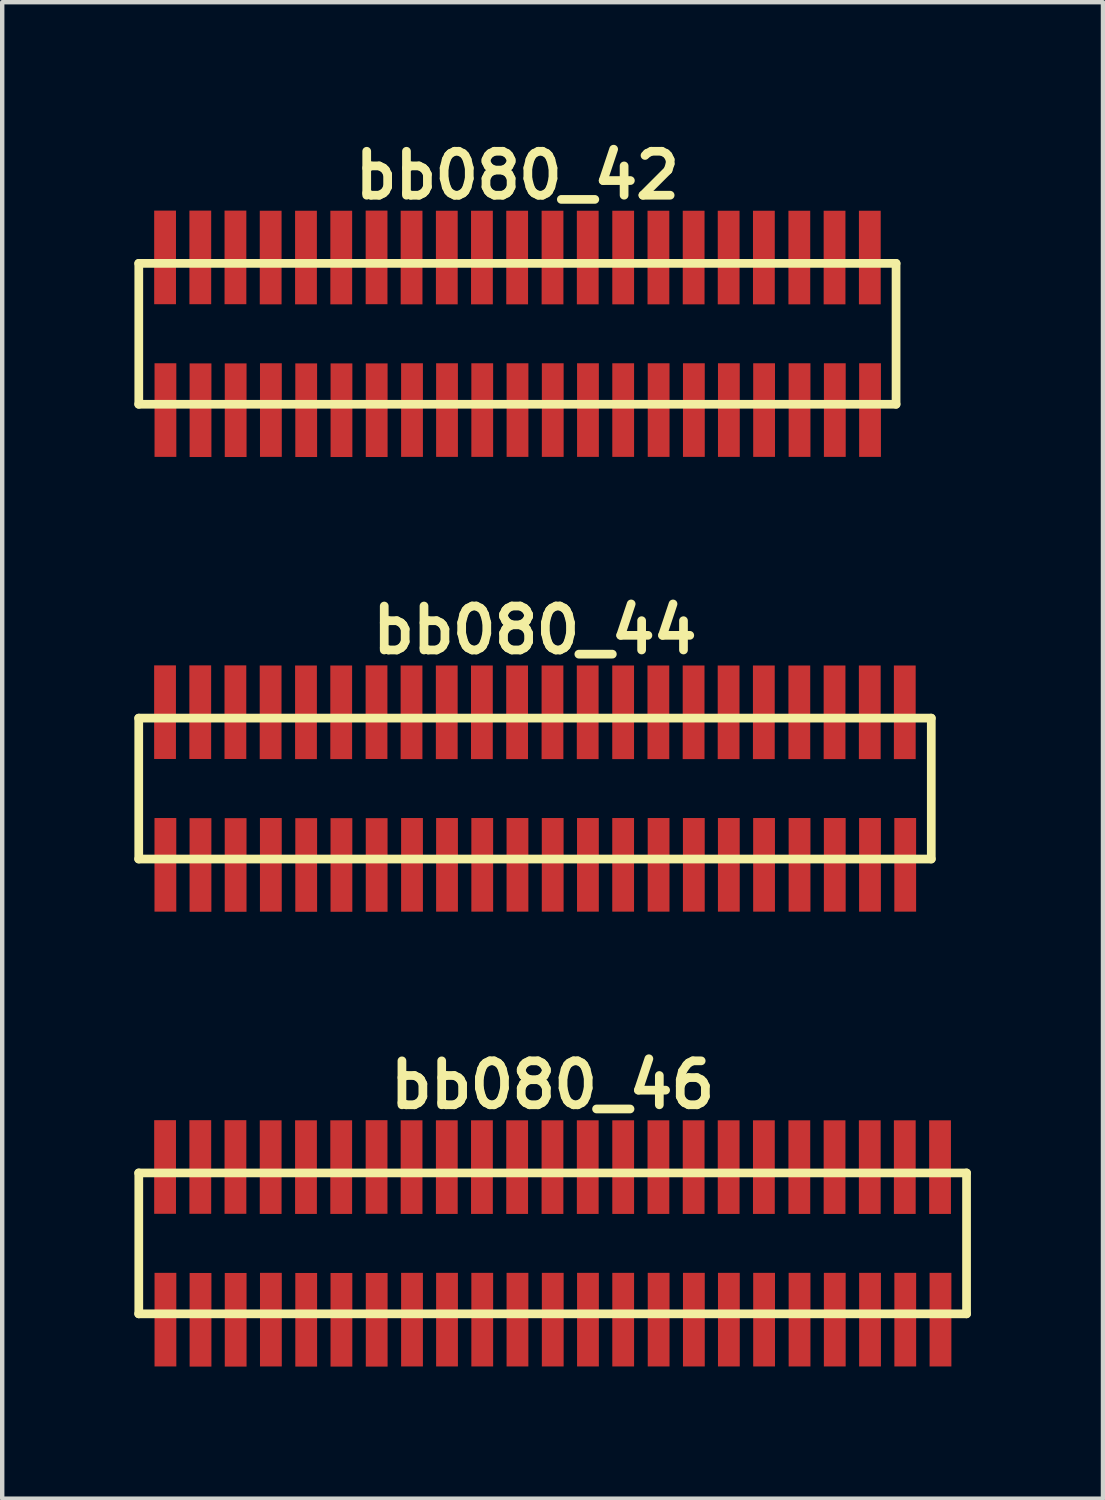
<source format=kicad_pcb>
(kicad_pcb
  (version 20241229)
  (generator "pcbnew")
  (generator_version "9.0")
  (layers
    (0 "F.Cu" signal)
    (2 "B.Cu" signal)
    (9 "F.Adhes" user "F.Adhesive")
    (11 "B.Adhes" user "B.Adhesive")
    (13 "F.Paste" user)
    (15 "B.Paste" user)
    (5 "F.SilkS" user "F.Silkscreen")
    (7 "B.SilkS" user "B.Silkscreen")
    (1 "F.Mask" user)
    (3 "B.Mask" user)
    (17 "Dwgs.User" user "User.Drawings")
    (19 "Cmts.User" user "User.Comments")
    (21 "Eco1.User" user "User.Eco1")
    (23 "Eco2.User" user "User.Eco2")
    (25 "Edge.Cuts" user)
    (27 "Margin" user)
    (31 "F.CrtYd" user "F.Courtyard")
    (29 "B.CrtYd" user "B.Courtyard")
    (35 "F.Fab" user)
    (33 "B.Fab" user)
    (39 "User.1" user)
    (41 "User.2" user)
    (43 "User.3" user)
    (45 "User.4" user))
  (footprint "bb080_46"
    (layer "F.Cu")
    (at 9.5 25.188)
    (property "Reference" "bb080_46" (at 0 -3.599 0) (layer "F.SilkS") (effects (font (size 0.998 0.998) (thickness 0.198))))
    (attr smd)
    (fp_line (start -9.401 1.6) (end 9.401 1.6) (stroke (width 0.198) (type solid)) (layer "F.SilkS"))
    (fp_line (start -9.398 -1.6) (end -9.398 1.6) (stroke (width 0.198) (type solid)) (layer "F.SilkS"))
    (fp_line (start 9.401 -1.6) (end -9.401 -1.6) (stroke (width 0.198) (type solid)) (layer "F.SilkS"))
    (fp_line (start 9.401 1.6) (end 9.401 -1.6) (stroke (width 0.198) (type solid)) (layer "F.SilkS"))
    (pad "1" smd rect (at -8.793 1.732) (size 0.495 2.126) (layers "F.Cu" "F.Mask" "F.Paste"))
    (pad "2" smd rect (at -8.801 -1.735) (size 0.495 2.126) (layers "F.Cu" "F.Mask" "F.Paste"))
    (pad "3" smd rect (at -7.996 1.735) (size 0.495 2.126) (layers "F.Cu" "F.Mask" "F.Paste"))
    (pad "4" smd rect (at -8.001 -1.735) (size 0.495 2.126) (layers "F.Cu" "F.Mask" "F.Paste"))
    (pad "5" smd rect (at -7.198 1.735) (size 0.495 2.126) (layers "F.Cu" "F.Mask" "F.Paste"))
    (pad "6" smd rect (at -7.203 -1.735) (size 0.495 2.126) (layers "F.Cu" "F.Mask" "F.Paste"))
    (pad "7" smd rect (at -6.398 1.732) (size 0.495 2.126) (layers "F.Cu" "F.Mask" "F.Paste"))
    (pad "8" smd rect (at -6.403 -1.732) (size 0.495 2.126) (layers "F.Cu" "F.Mask" "F.Paste"))
    (pad "9" smd rect (at -5.596 1.735) (size 0.495 2.126) (layers "F.Cu" "F.Mask" "F.Paste"))
    (pad "10" smd rect (at -5.601 -1.732) (size 0.495 2.126) (layers "F.Cu" "F.Mask" "F.Paste"))
    (pad "11" smd rect (at -4.796 1.735) (size 0.495 2.126) (layers "F.Cu" "F.Mask" "F.Paste"))
    (pad "12" smd rect (at -4.801 -1.732) (size 0.495 2.126) (layers "F.Cu" "F.Mask" "F.Paste"))
    (pad "13" smd rect (at -3.995 1.735) (size 0.495 2.126) (layers "F.Cu" "F.Mask" "F.Paste"))
    (pad "14" smd rect (at -3.998 -1.735) (size 0.495 2.126) (layers "F.Cu" "F.Mask" "F.Paste"))
    (pad "15" smd rect (at -3.193 1.732) (size 0.495 2.126) (layers "F.Cu" "F.Mask" "F.Paste"))
    (pad "16" smd rect (at -3.203 -1.732) (size 0.495 2.126) (layers "F.Cu" "F.Mask" "F.Paste"))
    (pad "17" smd rect (at -2.398 1.732) (size 0.495 2.126) (layers "F.Cu" "F.Mask" "F.Paste"))
    (pad "18" smd rect (at -2.403 -1.732) (size 0.495 2.126) (layers "F.Cu" "F.Mask" "F.Paste"))
    (pad "19" smd rect (at -1.598 1.732) (size 0.495 2.126) (layers "F.Cu" "F.Mask" "F.Paste"))
    (pad "20" smd rect (at -1.605 -1.732) (size 0.495 2.126) (layers "F.Cu" "F.Mask" "F.Paste"))
    (pad "21" smd rect (at -0.798 1.732) (size 0.495 2.126) (layers "F.Cu" "F.Mask" "F.Paste"))
    (pad "22" smd rect (at -0.805 -1.732) (size 0.495 2.126) (layers "F.Cu" "F.Mask" "F.Paste"))
    (pad "23" smd rect (at 0.003 1.732) (size 0.495 2.126) (layers "F.Cu" "F.Mask" "F.Paste"))
    (pad "24" smd rect (at -0.003 -1.732) (size 0.495 2.126) (layers "F.Cu" "F.Mask" "F.Paste"))
    (pad "25" smd rect (at 0.803 1.732) (size 0.495 2.126) (layers "F.Cu" "F.Mask" "F.Paste"))
    (pad "26" smd rect (at 0.798 -1.732) (size 0.495 2.126) (layers "F.Cu" "F.Mask" "F.Paste"))
    (pad "27" smd rect (at 1.603 1.732) (size 0.495 2.126) (layers "F.Cu" "F.Mask" "F.Paste"))
    (pad "28" smd rect (at 1.603 -1.732) (size 0.495 2.126) (layers "F.Cu" "F.Mask" "F.Paste"))
    (pad "29" smd rect (at 2.408 1.732) (size 0.495 2.126) (layers "F.Cu" "F.Mask" "F.Paste"))
    (pad "30" smd rect (at 2.403 -1.732) (size 0.495 2.126) (layers "F.Cu" "F.Mask" "F.Paste"))
    (pad "31" smd rect (at 3.208 1.732) (size 0.495 2.126) (layers "F.Cu" "F.Mask" "F.Paste"))
    (pad "32" smd rect (at 3.203 -1.732) (size 0.495 2.126) (layers "F.Cu" "F.Mask" "F.Paste"))
    (pad "33" smd rect (at 4.003 1.732) (size 0.495 2.126) (layers "F.Cu" "F.Mask" "F.Paste"))
    (pad "34" smd rect (at 3.998 -1.732) (size 0.495 2.126) (layers "F.Cu" "F.Mask" "F.Paste"))
    (pad "35" smd rect (at 4.803 1.732) (size 0.495 2.126) (layers "F.Cu" "F.Mask" "F.Paste"))
    (pad "36" smd rect (at 4.798 -1.732) (size 0.495 2.126) (layers "F.Cu" "F.Mask" "F.Paste"))
    (pad "37" smd rect (at 5.608 1.732) (size 0.495 2.126) (layers "F.Cu" "F.Mask" "F.Paste"))
    (pad "38" smd rect (at 5.603 -1.732) (size 0.495 2.126) (layers "F.Cu" "F.Mask" "F.Paste"))
    (pad "39" smd rect (at 6.408 1.732) (size 0.495 2.126) (layers "F.Cu" "F.Mask" "F.Paste"))
    (pad "40" smd rect (at 6.403 -1.732) (size 0.495 2.126) (layers "F.Cu" "F.Mask" "F.Paste"))
    (pad "41" smd rect (at 7.209 1.732) (size 0.495 2.126) (layers "F.Cu" "F.Mask" "F.Paste"))
    (pad "42" smd rect (at 7.203 -1.732) (size 0.495 2.126) (layers "F.Cu" "F.Mask" "F.Paste"))
    (pad "43" smd rect (at 8.009 1.732) (size 0.495 2.126) (layers "F.Cu" "F.Mask" "F.Paste"))
    (pad "44" smd rect (at 7.998 -1.732) (size 0.495 2.126) (layers "F.Cu" "F.Mask" "F.Paste"))
    (pad "45" smd rect (at 8.809 1.732) (size 0.495 2.126) (layers "F.Cu" "F.Mask" "F.Paste"))
    (pad "46" smd rect (at 8.799 -1.732) (size 0.495 2.126) (layers "F.Cu" "F.Mask" "F.Paste")))
  (footprint "bb080_42"
    (layer "F.Cu")
    (at 8.7 4.531)
    (property "Reference" "bb080_42" (at 0 -3.599 0) (layer "F.SilkS") (effects (font (size 0.998 0.998) (thickness 0.198))))
    (attr smd)
    (fp_line (start -8.6 -1.6) (end 8.6 -1.6) (stroke (width 0.198) (type solid)) (layer "F.SilkS"))
    (fp_line (start -8.598 -1.6) (end -8.598 1.6) (stroke (width 0.198) (type solid)) (layer "F.SilkS"))
    (fp_line (start 8.6 1.6) (end -8.6 1.6) (stroke (width 0.198) (type solid)) (layer "F.SilkS"))
    (fp_line (start 8.6 1.6) (end 8.6 -1.6) (stroke (width 0.198) (type solid)) (layer "F.SilkS"))
    (pad "1" smd rect (at -7.993 1.732) (size 0.495 2.126) (layers "F.Cu" "F.Mask" "F.Paste"))
    (pad "2" smd rect (at -8.001 -1.735) (size 0.495 2.126) (layers "F.Cu" "F.Mask" "F.Paste"))
    (pad "3" smd rect (at -7.196 1.735) (size 0.495 2.126) (layers "F.Cu" "F.Mask" "F.Paste"))
    (pad "4" smd rect (at -7.201 -1.735) (size 0.495 2.126) (layers "F.Cu" "F.Mask" "F.Paste"))
    (pad "5" smd rect (at -6.398 1.735) (size 0.495 2.126) (layers "F.Cu" "F.Mask" "F.Paste"))
    (pad "6" smd rect (at -6.403 -1.735) (size 0.495 2.126) (layers "F.Cu" "F.Mask" "F.Paste"))
    (pad "7" smd rect (at -5.598 1.732) (size 0.495 2.126) (layers "F.Cu" "F.Mask" "F.Paste"))
    (pad "8" smd rect (at -5.603 -1.732) (size 0.495 2.126) (layers "F.Cu" "F.Mask" "F.Paste"))
    (pad "9" smd rect (at -4.796 1.735) (size 0.495 2.126) (layers "F.Cu" "F.Mask" "F.Paste"))
    (pad "10" smd rect (at -4.801 -1.732) (size 0.495 2.126) (layers "F.Cu" "F.Mask" "F.Paste"))
    (pad "11" smd rect (at -3.995 1.735) (size 0.495 2.126) (layers "F.Cu" "F.Mask" "F.Paste"))
    (pad "12" smd rect (at -4 -1.732) (size 0.495 2.126) (layers "F.Cu" "F.Mask" "F.Paste"))
    (pad "13" smd rect (at -3.195 1.735) (size 0.495 2.126) (layers "F.Cu" "F.Mask" "F.Paste"))
    (pad "14" smd rect (at -3.198 -1.735) (size 0.495 2.126) (layers "F.Cu" "F.Mask" "F.Paste"))
    (pad "15" smd rect (at -2.393 1.732) (size 0.495 2.126) (layers "F.Cu" "F.Mask" "F.Paste"))
    (pad "16" smd rect (at -2.403 -1.732) (size 0.495 2.126) (layers "F.Cu" "F.Mask" "F.Paste"))
    (pad "17" smd rect (at -1.598 1.732) (size 0.495 2.126) (layers "F.Cu" "F.Mask" "F.Paste"))
    (pad "18" smd rect (at -1.603 -1.732) (size 0.495 2.126) (layers "F.Cu" "F.Mask" "F.Paste"))
    (pad "19" smd rect (at -0.798 1.732) (size 0.495 2.126) (layers "F.Cu" "F.Mask" "F.Paste"))
    (pad "20" smd rect (at -0.805 -1.732) (size 0.495 2.126) (layers "F.Cu" "F.Mask" "F.Paste"))
    (pad "21" smd rect (at 0.003 1.732) (size 0.495 2.126) (layers "F.Cu" "F.Mask" "F.Paste"))
    (pad "22" smd rect (at -0.005 -1.732) (size 0.495 2.126) (layers "F.Cu" "F.Mask" "F.Paste"))
    (pad "23" smd rect (at 0.803 1.732) (size 0.495 2.126) (layers "F.Cu" "F.Mask" "F.Paste"))
    (pad "24" smd rect (at 0.798 -1.732) (size 0.495 2.126) (layers "F.Cu" "F.Mask" "F.Paste"))
    (pad "25" smd rect (at 1.603 1.732) (size 0.495 2.126) (layers "F.Cu" "F.Mask" "F.Paste"))
    (pad "26" smd rect (at 1.598 -1.732) (size 0.495 2.126) (layers "F.Cu" "F.Mask" "F.Paste"))
    (pad "27" smd rect (at 2.403 1.732) (size 0.495 2.126) (layers "F.Cu" "F.Mask" "F.Paste"))
    (pad "28" smd rect (at 2.403 -1.732) (size 0.495 2.126) (layers "F.Cu" "F.Mask" "F.Paste"))
    (pad "29" smd rect (at 3.208 1.732) (size 0.495 2.126) (layers "F.Cu" "F.Mask" "F.Paste"))
    (pad "30" smd rect (at 3.203 -1.732) (size 0.495 2.126) (layers "F.Cu" "F.Mask" "F.Paste"))
    (pad "31" smd rect (at 4.008 1.732) (size 0.495 2.126) (layers "F.Cu" "F.Mask" "F.Paste"))
    (pad "32" smd rect (at 4.003 -1.732) (size 0.495 2.126) (layers "F.Cu" "F.Mask" "F.Paste"))
    (pad "33" smd rect (at 4.803 1.732) (size 0.495 2.126) (layers "F.Cu" "F.Mask" "F.Paste"))
    (pad "34" smd rect (at 4.798 -1.732) (size 0.495 2.126) (layers "F.Cu" "F.Mask" "F.Paste"))
    (pad "35" smd rect (at 5.603 1.732) (size 0.495 2.126) (layers "F.Cu" "F.Mask" "F.Paste"))
    (pad "36" smd rect (at 5.598 -1.732) (size 0.495 2.126) (layers "F.Cu" "F.Mask" "F.Paste"))
    (pad "37" smd rect (at 6.408 1.732) (size 0.495 2.126) (layers "F.Cu" "F.Mask" "F.Paste"))
    (pad "38" smd rect (at 6.403 -1.732) (size 0.495 2.126) (layers "F.Cu" "F.Mask" "F.Paste"))
    (pad "39" smd rect (at 7.209 1.732) (size 0.495 2.126) (layers "F.Cu" "F.Mask" "F.Paste"))
    (pad "40" smd rect (at 7.203 -1.732) (size 0.495 2.126) (layers "F.Cu" "F.Mask" "F.Paste"))
    (pad "41" smd rect (at 8.009 1.732) (size 0.495 2.126) (layers "F.Cu" "F.Mask" "F.Paste"))
    (pad "42" smd rect (at 8.004 -1.732) (size 0.495 2.126) (layers "F.Cu" "F.Mask" "F.Paste")))
  (footprint "bb080_44"
    (layer "F.Cu")
    (at 9.098 14.859)
    (property "Reference" "bb080_44" (at 0 -3.599 0) (layer "F.SilkS") (effects (font (size 0.998 0.998) (thickness 0.198))))
    (attr smd)
    (fp_line (start -8.999 -1.6) (end 9.002 -1.6) (stroke (width 0.198) (type solid)) (layer "F.SilkS"))
    (fp_line (start -8.997 -1.6) (end -8.997 1.6) (stroke (width 0.198) (type solid)) (layer "F.SilkS"))
    (fp_line (start 9.002 1.6) (end -8.999 1.6) (stroke (width 0.198) (type solid)) (layer "F.SilkS"))
    (fp_line (start 9.002 1.6) (end 9.002 -1.6) (stroke (width 0.198) (type solid)) (layer "F.SilkS"))
    (pad "1" smd rect (at -8.392 1.732) (size 0.495 2.126) (layers "F.Cu" "F.Mask" "F.Paste"))
    (pad "2" smd rect (at -8.4 -1.735) (size 0.495 2.126) (layers "F.Cu" "F.Mask" "F.Paste"))
    (pad "3" smd rect (at -7.595 1.735) (size 0.495 2.126) (layers "F.Cu" "F.Mask" "F.Paste"))
    (pad "4" smd rect (at -7.6 -1.735) (size 0.495 2.126) (layers "F.Cu" "F.Mask" "F.Paste"))
    (pad "5" smd rect (at -6.797 1.735) (size 0.495 2.126) (layers "F.Cu" "F.Mask" "F.Paste"))
    (pad "6" smd rect (at -6.802 -1.735) (size 0.495 2.126) (layers "F.Cu" "F.Mask" "F.Paste"))
    (pad "7" smd rect (at -5.997 1.732) (size 0.495 2.126) (layers "F.Cu" "F.Mask" "F.Paste"))
    (pad "8" smd rect (at -6.002 -1.732) (size 0.495 2.126) (layers "F.Cu" "F.Mask" "F.Paste"))
    (pad "9" smd rect (at -5.194 1.735) (size 0.495 2.126) (layers "F.Cu" "F.Mask" "F.Paste"))
    (pad "10" smd rect (at -5.199 -1.732) (size 0.495 2.126) (layers "F.Cu" "F.Mask" "F.Paste"))
    (pad "11" smd rect (at -4.394 1.735) (size 0.495 2.126) (layers "F.Cu" "F.Mask" "F.Paste"))
    (pad "12" smd rect (at -4.399 -1.732) (size 0.495 2.126) (layers "F.Cu" "F.Mask" "F.Paste"))
    (pad "13" smd rect (at -3.594 1.735) (size 0.495 2.126) (layers "F.Cu" "F.Mask" "F.Paste"))
    (pad "14" smd rect (at -3.597 -1.735) (size 0.495 2.126) (layers "F.Cu" "F.Mask" "F.Paste"))
    (pad "15" smd rect (at -2.791 1.732) (size 0.495 2.126) (layers "F.Cu" "F.Mask" "F.Paste"))
    (pad "16" smd rect (at -2.802 -1.732) (size 0.495 2.126) (layers "F.Cu" "F.Mask" "F.Paste"))
    (pad "17" smd rect (at -1.996 1.732) (size 0.495 2.126) (layers "F.Cu" "F.Mask" "F.Paste"))
    (pad "18" smd rect (at -2.002 -1.732) (size 0.495 2.126) (layers "F.Cu" "F.Mask" "F.Paste"))
    (pad "19" smd rect (at -1.196 1.732) (size 0.495 2.126) (layers "F.Cu" "F.Mask" "F.Paste"))
    (pad "20" smd rect (at -1.204 -1.732) (size 0.495 2.126) (layers "F.Cu" "F.Mask" "F.Paste"))
    (pad "21" smd rect (at -0.396 1.732) (size 0.495 2.126) (layers "F.Cu" "F.Mask" "F.Paste"))
    (pad "22" smd rect (at -0.404 -1.732) (size 0.495 2.126) (layers "F.Cu" "F.Mask" "F.Paste"))
    (pad "23" smd rect (at 0.404 1.732) (size 0.495 2.126) (layers "F.Cu" "F.Mask" "F.Paste"))
    (pad "24" smd rect (at 0.399 -1.732) (size 0.495 2.126) (layers "F.Cu" "F.Mask" "F.Paste"))
    (pad "25" smd rect (at 1.204 1.732) (size 0.495 2.126) (layers "F.Cu" "F.Mask" "F.Paste"))
    (pad "26" smd rect (at 1.199 -1.732) (size 0.495 2.126) (layers "F.Cu" "F.Mask" "F.Paste"))
    (pad "27" smd rect (at 2.004 1.732) (size 0.495 2.126) (layers "F.Cu" "F.Mask" "F.Paste"))
    (pad "28" smd rect (at 2.004 -1.732) (size 0.495 2.126) (layers "F.Cu" "F.Mask" "F.Paste"))
    (pad "29" smd rect (at 2.809 1.732) (size 0.495 2.126) (layers "F.Cu" "F.Mask" "F.Paste"))
    (pad "30" smd rect (at 2.804 -1.732) (size 0.495 2.126) (layers "F.Cu" "F.Mask" "F.Paste"))
    (pad "31" smd rect (at 3.609 1.732) (size 0.495 2.126) (layers "F.Cu" "F.Mask" "F.Paste"))
    (pad "32" smd rect (at 3.604 -1.732) (size 0.495 2.126) (layers "F.Cu" "F.Mask" "F.Paste"))
    (pad "33" smd rect (at 4.404 1.732) (size 0.495 2.126) (layers "F.Cu" "F.Mask" "F.Paste"))
    (pad "34" smd rect (at 4.399 -1.732) (size 0.495 2.126) (layers "F.Cu" "F.Mask" "F.Paste"))
    (pad "35" smd rect (at 5.204 1.732) (size 0.495 2.126) (layers "F.Cu" "F.Mask" "F.Paste"))
    (pad "36" smd rect (at 5.199 -1.732) (size 0.495 2.126) (layers "F.Cu" "F.Mask" "F.Paste"))
    (pad "37" smd rect (at 6.01 1.732) (size 0.495 2.126) (layers "F.Cu" "F.Mask" "F.Paste"))
    (pad "38" smd rect (at 6.005 -1.732) (size 0.495 2.126) (layers "F.Cu" "F.Mask" "F.Paste"))
    (pad "39" smd rect (at 6.81 1.732) (size 0.495 2.126) (layers "F.Cu" "F.Mask" "F.Paste"))
    (pad "40" smd rect (at 6.805 -1.732) (size 0.495 2.126) (layers "F.Cu" "F.Mask" "F.Paste"))
    (pad "41" smd rect (at 7.61 1.732) (size 0.495 2.126) (layers "F.Cu" "F.Mask" "F.Paste"))
    (pad "42" smd rect (at 7.605 -1.732) (size 0.495 2.126) (layers "F.Cu" "F.Mask" "F.Paste"))
    (pad "43" smd rect (at 8.41 1.732) (size 0.495 2.126) (layers "F.Cu" "F.Mask" "F.Paste"))
    (pad "44" smd rect (at 8.4 -1.732) (size 0.495 2.126) (layers "F.Cu" "F.Mask" "F.Paste")))
  (gr_rect
    (start -3 -3)
    (end 21.999 30.986)
    (stroke (width 0.1) (type default))
    (fill no)
    (layer "Edge.Cuts")))
</source>
